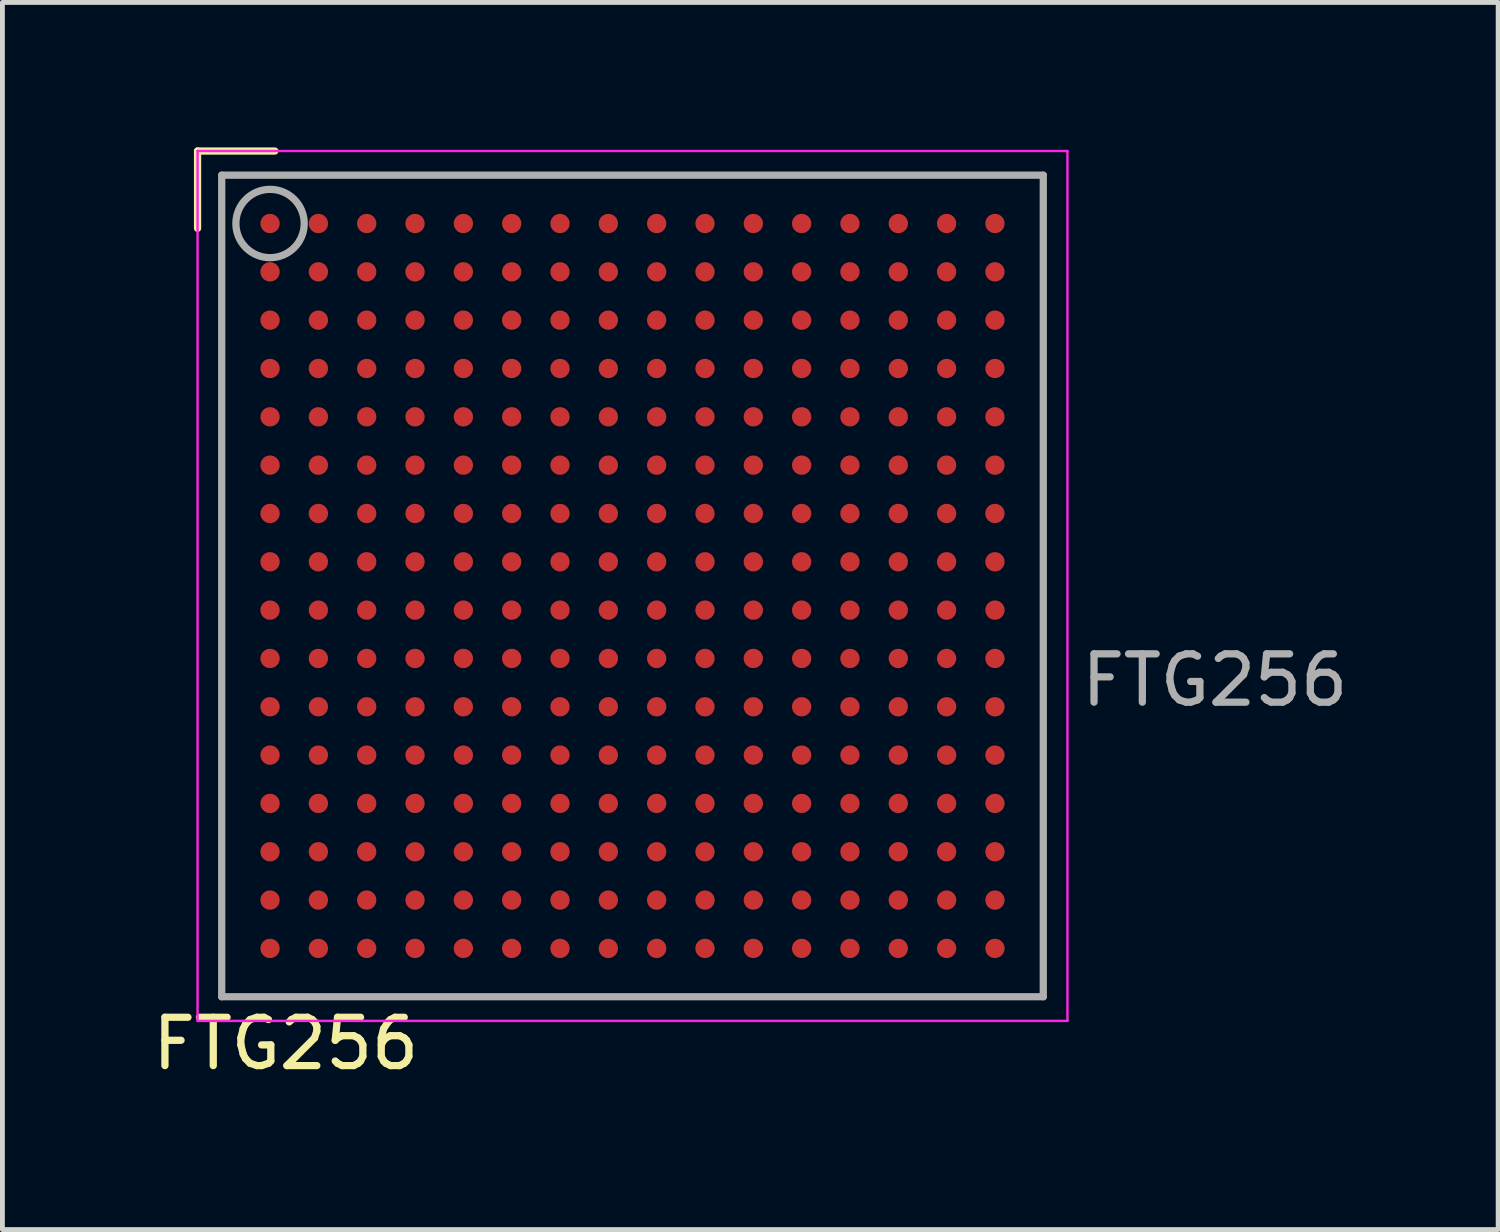
<source format=kicad_pcb>
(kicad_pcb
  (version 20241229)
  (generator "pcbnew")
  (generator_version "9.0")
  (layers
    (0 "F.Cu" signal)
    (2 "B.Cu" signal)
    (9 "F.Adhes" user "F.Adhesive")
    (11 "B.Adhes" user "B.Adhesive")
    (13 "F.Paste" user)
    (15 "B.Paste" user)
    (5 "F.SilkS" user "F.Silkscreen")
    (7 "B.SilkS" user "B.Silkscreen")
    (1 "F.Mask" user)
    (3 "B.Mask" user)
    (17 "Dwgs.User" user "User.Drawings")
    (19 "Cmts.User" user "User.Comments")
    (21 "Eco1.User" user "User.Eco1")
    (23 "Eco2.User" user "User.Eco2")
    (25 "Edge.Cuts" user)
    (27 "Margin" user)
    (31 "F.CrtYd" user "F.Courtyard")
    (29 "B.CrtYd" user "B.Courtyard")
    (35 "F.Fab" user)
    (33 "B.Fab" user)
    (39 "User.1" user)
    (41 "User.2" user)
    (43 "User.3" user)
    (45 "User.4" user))
  (footprint "FTG256"
    (layer "F.Cu")
    (at 10.038 9.075)
    (property "Reference" "FTG256" (at -7.175 9.47 0) (layer "F.SilkS") (effects (font (size 1 1) (thickness 0.15))))
    (attr smd)
    (fp_line (start -9 -9) (end -7.4 -9) (stroke (width 0.15) (type solid)) (layer "F.SilkS"))
    (fp_line (start -9 -7.4) (end -9 -9) (stroke (width 0.15) (type solid)) (layer "F.SilkS"))
    (fp_line (start -9 -9) (end 9 -9) (stroke (width 0.05) (type solid)) (layer "F.CrtYd"))
    (fp_line (start -9 9) (end -9 -9) (stroke (width 0.05) (type solid)) (layer "F.CrtYd"))
    (fp_line (start 9 -9) (end 9 9) (stroke (width 0.05) (type solid)) (layer "F.CrtYd"))
    (fp_line (start 9 9) (end -9 9) (stroke (width 0.05) (type solid)) (layer "F.CrtYd"))
    (fp_line (start -8.5 -8.5) (end 8.5 -8.5) (stroke (width 0.15) (type solid)) (layer "F.Fab"))
    (fp_line (start -8.5 8.5) (end -8.5 -8.5) (stroke (width 0.15) (type solid)) (layer "F.Fab"))
    (fp_line (start 8.5 -8.5) (end 8.5 8.5) (stroke (width 0.15) (type solid)) (layer "F.Fab"))
    (fp_line (start 8.5 8.5) (end -8.5 8.5) (stroke (width 0.15) (type solid)) (layer "F.Fab"))
    (fp_circle (center -7.5 -7.5) (end -8.2 -7.6) (stroke (width 0.15) (type solid)) (fill no) (layer "F.Fab"))
    (fp_text user "${REFERENCE}" (at 12.05 1.95 0) (layer "F.Fab") (effects (font (size 1 1) (thickness 0.15))))
    (pad "A1" smd circle (at -7.5 -7.5) (size 0.4 0.4) (layers "F.Cu" "F.Mask" "F.Paste"))
    (pad "A2" smd circle (at -6.5 -7.5) (size 0.4 0.4) (layers "F.Cu" "F.Mask" "F.Paste"))
    (pad "A3" smd circle (at -5.5 -7.5) (size 0.4 0.4) (layers "F.Cu" "F.Mask" "F.Paste"))
    (pad "A4" smd circle (at -4.5 -7.5) (size 0.4 0.4) (layers "F.Cu" "F.Mask" "F.Paste"))
    (pad "A5" smd circle (at -3.5 -7.5) (size 0.4 0.4) (layers "F.Cu" "F.Mask" "F.Paste"))
    (pad "A6" smd circle (at -2.5 -7.5) (size 0.4 0.4) (layers "F.Cu" "F.Mask" "F.Paste"))
    (pad "A7" smd circle (at -1.5 -7.5) (size 0.4 0.4) (layers "F.Cu" "F.Mask" "F.Paste"))
    (pad "A8" smd circle (at -0.5 -7.5) (size 0.4 0.4) (layers "F.Cu" "F.Mask" "F.Paste"))
    (pad "A9" smd circle (at 0.5 -7.5) (size 0.4 0.4) (layers "F.Cu" "F.Mask" "F.Paste"))
    (pad "A10" smd circle (at 1.5 -7.5) (size 0.4 0.4) (layers "F.Cu" "F.Mask" "F.Paste"))
    (pad "A11" smd circle (at 2.5 -7.5) (size 0.4 0.4) (layers "F.Cu" "F.Mask" "F.Paste"))
    (pad "A12" smd circle (at 3.5 -7.5) (size 0.4 0.4) (layers "F.Cu" "F.Mask" "F.Paste"))
    (pad "A13" smd circle (at 4.5 -7.5) (size 0.4 0.4) (layers "F.Cu" "F.Mask" "F.Paste"))
    (pad "A14" smd circle (at 5.5 -7.5) (size 0.4 0.4) (layers "F.Cu" "F.Mask" "F.Paste"))
    (pad "A15" smd circle (at 6.5 -7.5) (size 0.4 0.4) (layers "F.Cu" "F.Mask" "F.Paste"))
    (pad "A16" smd circle (at 7.5 -7.5) (size 0.4 0.4) (layers "F.Cu" "F.Mask" "F.Paste"))
    (pad "B1" smd circle (at -7.5 -6.5) (size 0.4 0.4) (layers "F.Cu" "F.Mask" "F.Paste"))
    (pad "B2" smd circle (at -6.5 -6.5) (size 0.4 0.4) (layers "F.Cu" "F.Mask" "F.Paste"))
    (pad "B3" smd circle (at -5.5 -6.5) (size 0.4 0.4) (layers "F.Cu" "F.Mask" "F.Paste"))
    (pad "B4" smd circle (at -4.5 -6.5) (size 0.4 0.4) (layers "F.Cu" "F.Mask" "F.Paste"))
    (pad "B5" smd circle (at -3.5 -6.5) (size 0.4 0.4) (layers "F.Cu" "F.Mask" "F.Paste"))
    (pad "B6" smd circle (at -2.5 -6.5) (size 0.4 0.4) (layers "F.Cu" "F.Mask" "F.Paste"))
    (pad "B7" smd circle (at -1.5 -6.5) (size 0.4 0.4) (layers "F.Cu" "F.Mask" "F.Paste"))
    (pad "B8" smd circle (at -0.5 -6.5) (size 0.4 0.4) (layers "F.Cu" "F.Mask" "F.Paste"))
    (pad "B9" smd circle (at 0.5 -6.5) (size 0.4 0.4) (layers "F.Cu" "F.Mask" "F.Paste"))
    (pad "B10" smd circle (at 1.5 -6.5) (size 0.4 0.4) (layers "F.Cu" "F.Mask" "F.Paste"))
    (pad "B11" smd circle (at 2.5 -6.5) (size 0.4 0.4) (layers "F.Cu" "F.Mask" "F.Paste"))
    (pad "B12" smd circle (at 3.5 -6.5) (size 0.4 0.4) (layers "F.Cu" "F.Mask" "F.Paste"))
    (pad "B13" smd circle (at 4.5 -6.5) (size 0.4 0.4) (layers "F.Cu" "F.Mask" "F.Paste"))
    (pad "B14" smd circle (at 5.5 -6.5) (size 0.4 0.4) (layers "F.Cu" "F.Mask" "F.Paste"))
    (pad "B15" smd circle (at 6.5 -6.5) (size 0.4 0.4) (layers "F.Cu" "F.Mask" "F.Paste"))
    (pad "B16" smd circle (at 7.5 -6.5) (size 0.4 0.4) (layers "F.Cu" "F.Mask" "F.Paste"))
    (pad "C1" smd circle (at -7.5 -5.5) (size 0.4 0.4) (layers "F.Cu" "F.Mask" "F.Paste"))
    (pad "C2" smd circle (at -6.5 -5.5) (size 0.4 0.4) (layers "F.Cu" "F.Mask" "F.Paste"))
    (pad "C3" smd circle (at -5.5 -5.5) (size 0.4 0.4) (layers "F.Cu" "F.Mask" "F.Paste"))
    (pad "C4" smd circle (at -4.5 -5.5) (size 0.4 0.4) (layers "F.Cu" "F.Mask" "F.Paste"))
    (pad "C5" smd circle (at -3.5 -5.5) (size 0.4 0.4) (layers "F.Cu" "F.Mask" "F.Paste"))
    (pad "C6" smd circle (at -2.5 -5.5) (size 0.4 0.4) (layers "F.Cu" "F.Mask" "F.Paste"))
    (pad "C7" smd circle (at -1.5 -5.5) (size 0.4 0.4) (layers "F.Cu" "F.Mask" "F.Paste"))
    (pad "C8" smd circle (at -0.5 -5.5) (size 0.4 0.4) (layers "F.Cu" "F.Mask" "F.Paste"))
    (pad "C9" smd circle (at 0.5 -5.5) (size 0.4 0.4) (layers "F.Cu" "F.Mask" "F.Paste"))
    (pad "C10" smd circle (at 1.5 -5.5) (size 0.4 0.4) (layers "F.Cu" "F.Mask" "F.Paste"))
    (pad "C11" smd circle (at 2.5 -5.5) (size 0.4 0.4) (layers "F.Cu" "F.Mask" "F.Paste"))
    (pad "C12" smd circle (at 3.5 -5.5) (size 0.4 0.4) (layers "F.Cu" "F.Mask" "F.Paste"))
    (pad "C13" smd circle (at 4.5 -5.5) (size 0.4 0.4) (layers "F.Cu" "F.Mask" "F.Paste"))
    (pad "C14" smd circle (at 5.5 -5.5) (size 0.4 0.4) (layers "F.Cu" "F.Mask" "F.Paste"))
    (pad "C15" smd circle (at 6.5 -5.5) (size 0.4 0.4) (layers "F.Cu" "F.Mask" "F.Paste"))
    (pad "C16" smd circle (at 7.5 -5.5) (size 0.4 0.4) (layers "F.Cu" "F.Mask" "F.Paste"))
    (pad "D1" smd circle (at -7.5 -4.5) (size 0.4 0.4) (layers "F.Cu" "F.Mask" "F.Paste"))
    (pad "D2" smd circle (at -6.5 -4.5) (size 0.4 0.4) (layers "F.Cu" "F.Mask" "F.Paste"))
    (pad "D3" smd circle (at -5.5 -4.5) (size 0.4 0.4) (layers "F.Cu" "F.Mask" "F.Paste"))
    (pad "D4" smd circle (at -4.5 -4.5) (size 0.4 0.4) (layers "F.Cu" "F.Mask" "F.Paste"))
    (pad "D5" smd circle (at -3.5 -4.5) (size 0.4 0.4) (layers "F.Cu" "F.Mask" "F.Paste"))
    (pad "D6" smd circle (at -2.5 -4.5) (size 0.4 0.4) (layers "F.Cu" "F.Mask" "F.Paste"))
    (pad "D7" smd circle (at -1.5 -4.5) (size 0.4 0.4) (layers "F.Cu" "F.Mask" "F.Paste"))
    (pad "D8" smd circle (at -0.5 -4.5) (size 0.4 0.4) (layers "F.Cu" "F.Mask" "F.Paste"))
    (pad "D9" smd circle (at 0.5 -4.5) (size 0.4 0.4) (layers "F.Cu" "F.Mask" "F.Paste"))
    (pad "D10" smd circle (at 1.5 -4.5) (size 0.4 0.4) (layers "F.Cu" "F.Mask" "F.Paste"))
    (pad "D11" smd circle (at 2.5 -4.5) (size 0.4 0.4) (layers "F.Cu" "F.Mask" "F.Paste"))
    (pad "D12" smd circle (at 3.5 -4.5) (size 0.4 0.4) (layers "F.Cu" "F.Mask" "F.Paste"))
    (pad "D13" smd circle (at 4.5 -4.5) (size 0.4 0.4) (layers "F.Cu" "F.Mask" "F.Paste"))
    (pad "D14" smd circle (at 5.5 -4.5) (size 0.4 0.4) (layers "F.Cu" "F.Mask" "F.Paste"))
    (pad "D15" smd circle (at 6.5 -4.5) (size 0.4 0.4) (layers "F.Cu" "F.Mask" "F.Paste"))
    (pad "D16" smd circle (at 7.5 -4.5) (size 0.4 0.4) (layers "F.Cu" "F.Mask" "F.Paste"))
    (pad "E1" smd circle (at -7.5 -3.5) (size 0.4 0.4) (layers "F.Cu" "F.Mask" "F.Paste"))
    (pad "E2" smd circle (at -6.5 -3.5) (size 0.4 0.4) (layers "F.Cu" "F.Mask" "F.Paste"))
    (pad "E3" smd circle (at -5.5 -3.5) (size 0.4 0.4) (layers "F.Cu" "F.Mask" "F.Paste"))
    (pad "E4" smd circle (at -4.5 -3.5) (size 0.4 0.4) (layers "F.Cu" "F.Mask" "F.Paste"))
    (pad "E5" smd circle (at -3.5 -3.5) (size 0.4 0.4) (layers "F.Cu" "F.Mask" "F.Paste"))
    (pad "E6" smd circle (at -2.5 -3.5) (size 0.4 0.4) (layers "F.Cu" "F.Mask" "F.Paste"))
    (pad "E7" smd circle (at -1.5 -3.5) (size 0.4 0.4) (layers "F.Cu" "F.Mask" "F.Paste"))
    (pad "E8" smd circle (at -0.5 -3.5) (size 0.4 0.4) (layers "F.Cu" "F.Mask" "F.Paste"))
    (pad "E9" smd circle (at 0.5 -3.5) (size 0.4 0.4) (layers "F.Cu" "F.Mask" "F.Paste"))
    (pad "E10" smd circle (at 1.5 -3.5) (size 0.4 0.4) (layers "F.Cu" "F.Mask" "F.Paste"))
    (pad "E11" smd circle (at 2.5 -3.5) (size 0.4 0.4) (layers "F.Cu" "F.Mask" "F.Paste"))
    (pad "E12" smd circle (at 3.5 -3.5) (size 0.4 0.4) (layers "F.Cu" "F.Mask" "F.Paste"))
    (pad "E13" smd circle (at 4.5 -3.5) (size 0.4 0.4) (layers "F.Cu" "F.Mask" "F.Paste"))
    (pad "E14" smd circle (at 5.5 -3.5) (size 0.4 0.4) (layers "F.Cu" "F.Mask" "F.Paste"))
    (pad "E15" smd circle (at 6.5 -3.5) (size 0.4 0.4) (layers "F.Cu" "F.Mask" "F.Paste"))
    (pad "E16" smd circle (at 7.5 -3.5) (size 0.4 0.4) (layers "F.Cu" "F.Mask" "F.Paste"))
    (pad "F1" smd circle (at -7.5 -2.5) (size 0.4 0.4) (layers "F.Cu" "F.Mask" "F.Paste"))
    (pad "F2" smd circle (at -6.5 -2.5) (size 0.4 0.4) (layers "F.Cu" "F.Mask" "F.Paste"))
    (pad "F3" smd circle (at -5.5 -2.5) (size 0.4 0.4) (layers "F.Cu" "F.Mask" "F.Paste"))
    (pad "F4" smd circle (at -4.5 -2.5) (size 0.4 0.4) (layers "F.Cu" "F.Mask" "F.Paste"))
    (pad "F5" smd circle (at -3.5 -2.5) (size 0.4 0.4) (layers "F.Cu" "F.Mask" "F.Paste"))
    (pad "F6" smd circle (at -2.5 -2.5) (size 0.4 0.4) (layers "F.Cu" "F.Mask" "F.Paste"))
    (pad "F7" smd circle (at -1.5 -2.5) (size 0.4 0.4) (layers "F.Cu" "F.Mask" "F.Paste"))
    (pad "F8" smd circle (at -0.5 -2.5) (size 0.4 0.4) (layers "F.Cu" "F.Mask" "F.Paste"))
    (pad "F9" smd circle (at 0.5 -2.5) (size 0.4 0.4) (layers "F.Cu" "F.Mask" "F.Paste"))
    (pad "F10" smd circle (at 1.5 -2.5) (size 0.4 0.4) (layers "F.Cu" "F.Mask" "F.Paste"))
    (pad "F11" smd circle (at 2.5 -2.5) (size 0.4 0.4) (layers "F.Cu" "F.Mask" "F.Paste"))
    (pad "F12" smd circle (at 3.5 -2.5) (size 0.4 0.4) (layers "F.Cu" "F.Mask" "F.Paste"))
    (pad "F13" smd circle (at 4.5 -2.5) (size 0.4 0.4) (layers "F.Cu" "F.Mask" "F.Paste"))
    (pad "F14" smd circle (at 5.5 -2.5) (size 0.4 0.4) (layers "F.Cu" "F.Mask" "F.Paste"))
    (pad "F15" smd circle (at 6.5 -2.5) (size 0.4 0.4) (layers "F.Cu" "F.Mask" "F.Paste"))
    (pad "F16" smd circle (at 7.5 -2.5) (size 0.4 0.4) (layers "F.Cu" "F.Mask" "F.Paste"))
    (pad "G1" smd circle (at -7.5 -1.5) (size 0.4 0.4) (layers "F.Cu" "F.Mask" "F.Paste"))
    (pad "G2" smd circle (at -6.5 -1.5) (size 0.4 0.4) (layers "F.Cu" "F.Mask" "F.Paste"))
    (pad "G3" smd circle (at -5.5 -1.5) (size 0.4 0.4) (layers "F.Cu" "F.Mask" "F.Paste"))
    (pad "G4" smd circle (at -4.5 -1.5) (size 0.4 0.4) (layers "F.Cu" "F.Mask" "F.Paste"))
    (pad "G5" smd circle (at -3.5 -1.5) (size 0.4 0.4) (layers "F.Cu" "F.Mask" "F.Paste"))
    (pad "G6" smd circle (at -2.5 -1.5) (size 0.4 0.4) (layers "F.Cu" "F.Mask" "F.Paste"))
    (pad "G7" smd circle (at -1.5 -1.5) (size 0.4 0.4) (layers "F.Cu" "F.Mask" "F.Paste"))
    (pad "G8" smd circle (at -0.5 -1.5) (size 0.4 0.4) (layers "F.Cu" "F.Mask" "F.Paste"))
    (pad "G9" smd circle (at 0.5 -1.5) (size 0.4 0.4) (layers "F.Cu" "F.Mask" "F.Paste"))
    (pad "G10" smd circle (at 1.5 -1.5) (size 0.4 0.4) (layers "F.Cu" "F.Mask" "F.Paste"))
    (pad "G11" smd circle (at 2.5 -1.5) (size 0.4 0.4) (layers "F.Cu" "F.Mask" "F.Paste"))
    (pad "G12" smd circle (at 3.5 -1.5) (size 0.4 0.4) (layers "F.Cu" "F.Mask" "F.Paste"))
    (pad "G13" smd circle (at 4.5 -1.5) (size 0.4 0.4) (layers "F.Cu" "F.Mask" "F.Paste"))
    (pad "G14" smd circle (at 5.5 -1.5) (size 0.4 0.4) (layers "F.Cu" "F.Mask" "F.Paste"))
    (pad "G15" smd circle (at 6.5 -1.5) (size 0.4 0.4) (layers "F.Cu" "F.Mask" "F.Paste"))
    (pad "G16" smd circle (at 7.5 -1.5) (size 0.4 0.4) (layers "F.Cu" "F.Mask" "F.Paste"))
    (pad "H1" smd circle (at -7.5 -0.5) (size 0.4 0.4) (layers "F.Cu" "F.Mask" "F.Paste"))
    (pad "H2" smd circle (at -6.5 -0.5) (size 0.4 0.4) (layers "F.Cu" "F.Mask" "F.Paste"))
    (pad "H3" smd circle (at -5.5 -0.5) (size 0.4 0.4) (layers "F.Cu" "F.Mask" "F.Paste"))
    (pad "H4" smd circle (at -4.5 -0.5) (size 0.4 0.4) (layers "F.Cu" "F.Mask" "F.Paste"))
    (pad "H5" smd circle (at -3.5 -0.5) (size 0.4 0.4) (layers "F.Cu" "F.Mask" "F.Paste"))
    (pad "H6" smd circle (at -2.5 -0.5) (size 0.4 0.4) (layers "F.Cu" "F.Mask" "F.Paste"))
    (pad "H7" smd circle (at -1.5 -0.5) (size 0.4 0.4) (layers "F.Cu" "F.Mask" "F.Paste"))
    (pad "H8" smd circle (at -0.5 -0.5) (size 0.4 0.4) (layers "F.Cu" "F.Mask" "F.Paste"))
    (pad "H9" smd circle (at 0.5 -0.5) (size 0.4 0.4) (layers "F.Cu" "F.Mask" "F.Paste"))
    (pad "H10" smd circle (at 1.5 -0.5) (size 0.4 0.4) (layers "F.Cu" "F.Mask" "F.Paste"))
    (pad "H11" smd circle (at 2.5 -0.5) (size 0.4 0.4) (layers "F.Cu" "F.Mask" "F.Paste"))
    (pad "H12" smd circle (at 3.5 -0.5) (size 0.4 0.4) (layers "F.Cu" "F.Mask" "F.Paste"))
    (pad "H13" smd circle (at 4.5 -0.5) (size 0.4 0.4) (layers "F.Cu" "F.Mask" "F.Paste"))
    (pad "H14" smd circle (at 5.5 -0.5) (size 0.4 0.4) (layers "F.Cu" "F.Mask" "F.Paste"))
    (pad "H15" smd circle (at 6.5 -0.5) (size 0.4 0.4) (layers "F.Cu" "F.Mask" "F.Paste"))
    (pad "H16" smd circle (at 7.5 -0.5) (size 0.4 0.4) (layers "F.Cu" "F.Mask" "F.Paste"))
    (pad "J1" smd circle (at -7.5 0.5) (size 0.4 0.4) (layers "F.Cu" "F.Mask" "F.Paste"))
    (pad "J2" smd circle (at -6.5 0.5) (size 0.4 0.4) (layers "F.Cu" "F.Mask" "F.Paste"))
    (pad "J3" smd circle (at -5.5 0.5) (size 0.4 0.4) (layers "F.Cu" "F.Mask" "F.Paste"))
    (pad "J4" smd circle (at -4.5 0.5) (size 0.4 0.4) (layers "F.Cu" "F.Mask" "F.Paste"))
    (pad "J5" smd circle (at -3.5 0.5) (size 0.4 0.4) (layers "F.Cu" "F.Mask" "F.Paste"))
    (pad "J6" smd circle (at -2.5 0.5) (size 0.4 0.4) (layers "F.Cu" "F.Mask" "F.Paste"))
    (pad "J7" smd circle (at -1.5 0.5) (size 0.4 0.4) (layers "F.Cu" "F.Mask" "F.Paste"))
    (pad "J8" smd circle (at -0.5 0.5) (size 0.4 0.4) (layers "F.Cu" "F.Mask" "F.Paste"))
    (pad "J9" smd circle (at 0.5 0.5) (size 0.4 0.4) (layers "F.Cu" "F.Mask" "F.Paste"))
    (pad "J10" smd circle (at 1.5 0.5) (size 0.4 0.4) (layers "F.Cu" "F.Mask" "F.Paste"))
    (pad "J11" smd circle (at 2.5 0.5) (size 0.4 0.4) (layers "F.Cu" "F.Mask" "F.Paste"))
    (pad "J12" smd circle (at 3.5 0.5) (size 0.4 0.4) (layers "F.Cu" "F.Mask" "F.Paste"))
    (pad "J13" smd circle (at 4.5 0.5) (size 0.4 0.4) (layers "F.Cu" "F.Mask" "F.Paste"))
    (pad "J14" smd circle (at 5.5 0.5) (size 0.4 0.4) (layers "F.Cu" "F.Mask" "F.Paste"))
    (pad "J15" smd circle (at 6.5 0.5) (size 0.4 0.4) (layers "F.Cu" "F.Mask" "F.Paste"))
    (pad "J16" smd circle (at 7.5 0.5) (size 0.4 0.4) (layers "F.Cu" "F.Mask" "F.Paste"))
    (pad "K1" smd circle (at -7.5 1.5) (size 0.4 0.4) (layers "F.Cu" "F.Mask" "F.Paste"))
    (pad "K2" smd circle (at -6.5 1.5) (size 0.4 0.4) (layers "F.Cu" "F.Mask" "F.Paste"))
    (pad "K3" smd circle (at -5.5 1.5) (size 0.4 0.4) (layers "F.Cu" "F.Mask" "F.Paste"))
    (pad "K4" smd circle (at -4.5 1.5) (size 0.4 0.4) (layers "F.Cu" "F.Mask" "F.Paste"))
    (pad "K5" smd circle (at -3.5 1.5) (size 0.4 0.4) (layers "F.Cu" "F.Mask" "F.Paste"))
    (pad "K6" smd circle (at -2.5 1.5) (size 0.4 0.4) (layers "F.Cu" "F.Mask" "F.Paste"))
    (pad "K7" smd circle (at -1.5 1.5) (size 0.4 0.4) (layers "F.Cu" "F.Mask" "F.Paste"))
    (pad "K8" smd circle (at -0.5 1.5) (size 0.4 0.4) (layers "F.Cu" "F.Mask" "F.Paste"))
    (pad "K9" smd circle (at 0.5 1.5) (size 0.4 0.4) (layers "F.Cu" "F.Mask" "F.Paste"))
    (pad "K10" smd circle (at 1.5 1.5) (size 0.4 0.4) (layers "F.Cu" "F.Mask" "F.Paste"))
    (pad "K11" smd circle (at 2.5 1.5) (size 0.4 0.4) (layers "F.Cu" "F.Mask" "F.Paste"))
    (pad "K12" smd circle (at 3.5 1.5) (size 0.4 0.4) (layers "F.Cu" "F.Mask" "F.Paste"))
    (pad "K13" smd circle (at 4.5 1.5) (size 0.4 0.4) (layers "F.Cu" "F.Mask" "F.Paste"))
    (pad "K14" smd circle (at 5.5 1.5) (size 0.4 0.4) (layers "F.Cu" "F.Mask" "F.Paste"))
    (pad "K15" smd circle (at 6.5 1.5) (size 0.4 0.4) (layers "F.Cu" "F.Mask" "F.Paste"))
    (pad "K16" smd circle (at 7.5 1.5) (size 0.4 0.4) (layers "F.Cu" "F.Mask" "F.Paste"))
    (pad "L1" smd circle (at -7.5 2.5) (size 0.4 0.4) (layers "F.Cu" "F.Mask" "F.Paste"))
    (pad "L2" smd circle (at -6.5 2.5) (size 0.4 0.4) (layers "F.Cu" "F.Mask" "F.Paste"))
    (pad "L3" smd circle (at -5.5 2.5) (size 0.4 0.4) (layers "F.Cu" "F.Mask" "F.Paste"))
    (pad "L4" smd circle (at -4.5 2.5) (size 0.4 0.4) (layers "F.Cu" "F.Mask" "F.Paste"))
    (pad "L5" smd circle (at -3.5 2.5) (size 0.4 0.4) (layers "F.Cu" "F.Mask" "F.Paste"))
    (pad "L6" smd circle (at -2.5 2.5) (size 0.4 0.4) (layers "F.Cu" "F.Mask" "F.Paste"))
    (pad "L7" smd circle (at -1.5 2.5) (size 0.4 0.4) (layers "F.Cu" "F.Mask" "F.Paste"))
    (pad "L8" smd circle (at -0.5 2.5) (size 0.4 0.4) (layers "F.Cu" "F.Mask" "F.Paste"))
    (pad "L9" smd circle (at 0.5 2.5) (size 0.4 0.4) (layers "F.Cu" "F.Mask" "F.Paste"))
    (pad "L10" smd circle (at 1.5 2.5) (size 0.4 0.4) (layers "F.Cu" "F.Mask" "F.Paste"))
    (pad "L11" smd circle (at 2.5 2.5) (size 0.4 0.4) (layers "F.Cu" "F.Mask" "F.Paste"))
    (pad "L12" smd circle (at 3.5 2.5) (size 0.4 0.4) (layers "F.Cu" "F.Mask" "F.Paste"))
    (pad "L13" smd circle (at 4.5 2.5) (size 0.4 0.4) (layers "F.Cu" "F.Mask" "F.Paste"))
    (pad "L14" smd circle (at 5.5 2.5) (size 0.4 0.4) (layers "F.Cu" "F.Mask" "F.Paste"))
    (pad "L15" smd circle (at 6.5 2.5) (size 0.4 0.4) (layers "F.Cu" "F.Mask" "F.Paste"))
    (pad "L16" smd circle (at 7.5 2.5) (size 0.4 0.4) (layers "F.Cu" "F.Mask" "F.Paste"))
    (pad "M1" smd circle (at -7.5 3.5) (size 0.4 0.4) (layers "F.Cu" "F.Mask" "F.Paste"))
    (pad "M2" smd circle (at -6.5 3.5) (size 0.4 0.4) (layers "F.Cu" "F.Mask" "F.Paste"))
    (pad "M3" smd circle (at -5.5 3.5) (size 0.4 0.4) (layers "F.Cu" "F.Mask" "F.Paste"))
    (pad "M4" smd circle (at -4.5 3.5) (size 0.4 0.4) (layers "F.Cu" "F.Mask" "F.Paste"))
    (pad "M5" smd circle (at -3.5 3.5) (size 0.4 0.4) (layers "F.Cu" "F.Mask" "F.Paste"))
    (pad "M6" smd circle (at -2.5 3.5) (size 0.4 0.4) (layers "F.Cu" "F.Mask" "F.Paste"))
    (pad "M7" smd circle (at -1.5 3.5) (size 0.4 0.4) (layers "F.Cu" "F.Mask" "F.Paste"))
    (pad "M8" smd circle (at -0.5 3.5) (size 0.4 0.4) (layers "F.Cu" "F.Mask" "F.Paste"))
    (pad "M9" smd circle (at 0.5 3.5) (size 0.4 0.4) (layers "F.Cu" "F.Mask" "F.Paste"))
    (pad "M10" smd circle (at 1.5 3.5) (size 0.4 0.4) (layers "F.Cu" "F.Mask" "F.Paste"))
    (pad "M11" smd circle (at 2.5 3.5) (size 0.4 0.4) (layers "F.Cu" "F.Mask" "F.Paste"))
    (pad "M12" smd circle (at 3.5 3.5) (size 0.4 0.4) (layers "F.Cu" "F.Mask" "F.Paste"))
    (pad "M13" smd circle (at 4.5 3.5) (size 0.4 0.4) (layers "F.Cu" "F.Mask" "F.Paste"))
    (pad "M14" smd circle (at 5.5 3.5) (size 0.4 0.4) (layers "F.Cu" "F.Mask" "F.Paste"))
    (pad "M15" smd circle (at 6.5 3.5) (size 0.4 0.4) (layers "F.Cu" "F.Mask" "F.Paste"))
    (pad "M16" smd circle (at 7.5 3.5) (size 0.4 0.4) (layers "F.Cu" "F.Mask" "F.Paste"))
    (pad "N1" smd circle (at -7.5 4.5) (size 0.4 0.4) (layers "F.Cu" "F.Mask" "F.Paste"))
    (pad "N2" smd circle (at -6.5 4.5) (size 0.4 0.4) (layers "F.Cu" "F.Mask" "F.Paste"))
    (pad "N3" smd circle (at -5.5 4.5) (size 0.4 0.4) (layers "F.Cu" "F.Mask" "F.Paste"))
    (pad "N4" smd circle (at -4.5 4.5) (size 0.4 0.4) (layers "F.Cu" "F.Mask" "F.Paste"))
    (pad "N5" smd circle (at -3.5 4.5) (size 0.4 0.4) (layers "F.Cu" "F.Mask" "F.Paste"))
    (pad "N6" smd circle (at -2.5 4.5) (size 0.4 0.4) (layers "F.Cu" "F.Mask" "F.Paste"))
    (pad "N7" smd circle (at -1.5 4.5) (size 0.4 0.4) (layers "F.Cu" "F.Mask" "F.Paste"))
    (pad "N8" smd circle (at -0.5 4.5) (size 0.4 0.4) (layers "F.Cu" "F.Mask" "F.Paste"))
    (pad "N9" smd circle (at 0.5 4.5) (size 0.4 0.4) (layers "F.Cu" "F.Mask" "F.Paste"))
    (pad "N10" smd circle (at 1.5 4.5) (size 0.4 0.4) (layers "F.Cu" "F.Mask" "F.Paste"))
    (pad "N11" smd circle (at 2.5 4.5) (size 0.4 0.4) (layers "F.Cu" "F.Mask" "F.Paste"))
    (pad "N12" smd circle (at 3.5 4.5) (size 0.4 0.4) (layers "F.Cu" "F.Mask" "F.Paste"))
    (pad "N13" smd circle (at 4.5 4.5) (size 0.4 0.4) (layers "F.Cu" "F.Mask" "F.Paste"))
    (pad "N14" smd circle (at 5.5 4.5) (size 0.4 0.4) (layers "F.Cu" "F.Mask" "F.Paste"))
    (pad "N15" smd circle (at 6.5 4.5) (size 0.4 0.4) (layers "F.Cu" "F.Mask" "F.Paste"))
    (pad "N16" smd circle (at 7.5 4.5) (size 0.4 0.4) (layers "F.Cu" "F.Mask" "F.Paste"))
    (pad "P1" smd circle (at -7.5 5.5) (size 0.4 0.4) (layers "F.Cu" "F.Mask" "F.Paste"))
    (pad "P2" smd circle (at -6.5 5.5) (size 0.4 0.4) (layers "F.Cu" "F.Mask" "F.Paste"))
    (pad "P3" smd circle (at -5.5 5.5) (size 0.4 0.4) (layers "F.Cu" "F.Mask" "F.Paste"))
    (pad "P4" smd circle (at -4.5 5.5) (size 0.4 0.4) (layers "F.Cu" "F.Mask" "F.Paste"))
    (pad "P5" smd circle (at -3.5 5.5) (size 0.4 0.4) (layers "F.Cu" "F.Mask" "F.Paste"))
    (pad "P6" smd circle (at -2.5 5.5) (size 0.4 0.4) (layers "F.Cu" "F.Mask" "F.Paste"))
    (pad "P7" smd circle (at -1.5 5.5) (size 0.4 0.4) (layers "F.Cu" "F.Mask" "F.Paste"))
    (pad "P8" smd circle (at -0.5 5.5) (size 0.4 0.4) (layers "F.Cu" "F.Mask" "F.Paste"))
    (pad "P9" smd circle (at 0.5 5.5) (size 0.4 0.4) (layers "F.Cu" "F.Mask" "F.Paste"))
    (pad "P10" smd circle (at 1.5 5.5) (size 0.4 0.4) (layers "F.Cu" "F.Mask" "F.Paste"))
    (pad "P11" smd circle (at 2.5 5.5) (size 0.4 0.4) (layers "F.Cu" "F.Mask" "F.Paste"))
    (pad "P12" smd circle (at 3.5 5.5) (size 0.4 0.4) (layers "F.Cu" "F.Mask" "F.Paste"))
    (pad "P13" smd circle (at 4.5 5.5) (size 0.4 0.4) (layers "F.Cu" "F.Mask" "F.Paste"))
    (pad "P14" smd circle (at 5.5 5.5) (size 0.4 0.4) (layers "F.Cu" "F.Mask" "F.Paste"))
    (pad "P15" smd circle (at 6.5 5.5) (size 0.4 0.4) (layers "F.Cu" "F.Mask" "F.Paste"))
    (pad "P16" smd circle (at 7.5 5.5) (size 0.4 0.4) (layers "F.Cu" "F.Mask" "F.Paste"))
    (pad "R1" smd circle (at -7.5 6.5) (size 0.4 0.4) (layers "F.Cu" "F.Mask" "F.Paste"))
    (pad "R2" smd circle (at -6.5 6.5) (size 0.4 0.4) (layers "F.Cu" "F.Mask" "F.Paste"))
    (pad "R3" smd circle (at -5.5 6.5) (size 0.4 0.4) (layers "F.Cu" "F.Mask" "F.Paste"))
    (pad "R4" smd circle (at -4.5 6.5) (size 0.4 0.4) (layers "F.Cu" "F.Mask" "F.Paste"))
    (pad "R5" smd circle (at -3.5 6.5) (size 0.4 0.4) (layers "F.Cu" "F.Mask" "F.Paste"))
    (pad "R6" smd circle (at -2.5 6.5) (size 0.4 0.4) (layers "F.Cu" "F.Mask" "F.Paste"))
    (pad "R7" smd circle (at -1.5 6.5) (size 0.4 0.4) (layers "F.Cu" "F.Mask" "F.Paste"))
    (pad "R8" smd circle (at -0.5 6.5) (size 0.4 0.4) (layers "F.Cu" "F.Mask" "F.Paste"))
    (pad "R9" smd circle (at 0.5 6.5) (size 0.4 0.4) (layers "F.Cu" "F.Mask" "F.Paste"))
    (pad "R10" smd circle (at 1.5 6.5) (size 0.4 0.4) (layers "F.Cu" "F.Mask" "F.Paste"))
    (pad "R11" smd circle (at 2.5 6.5) (size 0.4 0.4) (layers "F.Cu" "F.Mask" "F.Paste"))
    (pad "R12" smd circle (at 3.5 6.5) (size 0.4 0.4) (layers "F.Cu" "F.Mask" "F.Paste"))
    (pad "R13" smd circle (at 4.5 6.5) (size 0.4 0.4) (layers "F.Cu" "F.Mask" "F.Paste"))
    (pad "R14" smd circle (at 5.5 6.5) (size 0.4 0.4) (layers "F.Cu" "F.Mask" "F.Paste"))
    (pad "R15" smd circle (at 6.5 6.5) (size 0.4 0.4) (layers "F.Cu" "F.Mask" "F.Paste"))
    (pad "R16" smd circle (at 7.5 6.5) (size 0.4 0.4) (layers "F.Cu" "F.Mask" "F.Paste"))
    (pad "T1" smd circle (at -7.5 7.5) (size 0.4 0.4) (layers "F.Cu" "F.Mask" "F.Paste"))
    (pad "T2" smd circle (at -6.5 7.5) (size 0.4 0.4) (layers "F.Cu" "F.Mask" "F.Paste"))
    (pad "T3" smd circle (at -5.5 7.5) (size 0.4 0.4) (layers "F.Cu" "F.Mask" "F.Paste"))
    (pad "T4" smd circle (at -4.5 7.5) (size 0.4 0.4) (layers "F.Cu" "F.Mask" "F.Paste"))
    (pad "T5" smd circle (at -3.5 7.5) (size 0.4 0.4) (layers "F.Cu" "F.Mask" "F.Paste"))
    (pad "T6" smd circle (at -2.5 7.5) (size 0.4 0.4) (layers "F.Cu" "F.Mask" "F.Paste"))
    (pad "T7" smd circle (at -1.5 7.5) (size 0.4 0.4) (layers "F.Cu" "F.Mask" "F.Paste"))
    (pad "T8" smd circle (at -0.5 7.5) (size 0.4 0.4) (layers "F.Cu" "F.Mask" "F.Paste"))
    (pad "T9" smd circle (at 0.5 7.5) (size 0.4 0.4) (layers "F.Cu" "F.Mask" "F.Paste"))
    (pad "T10" smd circle (at 1.5 7.5) (size 0.4 0.4) (layers "F.Cu" "F.Mask" "F.Paste"))
    (pad "T11" smd circle (at 2.5 7.5) (size 0.4 0.4) (layers "F.Cu" "F.Mask" "F.Paste"))
    (pad "T12" smd circle (at 3.5 7.5) (size 0.4 0.4) (layers "F.Cu" "F.Mask" "F.Paste"))
    (pad "T13" smd circle (at 4.5 7.5) (size 0.4 0.4) (layers "F.Cu" "F.Mask" "F.Paste"))
    (pad "T14" smd circle (at 5.5 7.5) (size 0.4 0.4) (layers "F.Cu" "F.Mask" "F.Paste"))
    (pad "T15" smd circle (at 6.5 7.5) (size 0.4 0.4) (layers "F.Cu" "F.Mask" "F.Paste"))
    (pad "T16" smd circle (at 7.5 7.5) (size 0.4 0.4) (layers "F.Cu" "F.Mask" "F.Paste")))
  (gr_rect
    (start -3 -3)
    (end 27.951 22.393)
    (stroke (width 0.1) (type default))
    (fill no)
    (layer "Edge.Cuts")))
</source>
